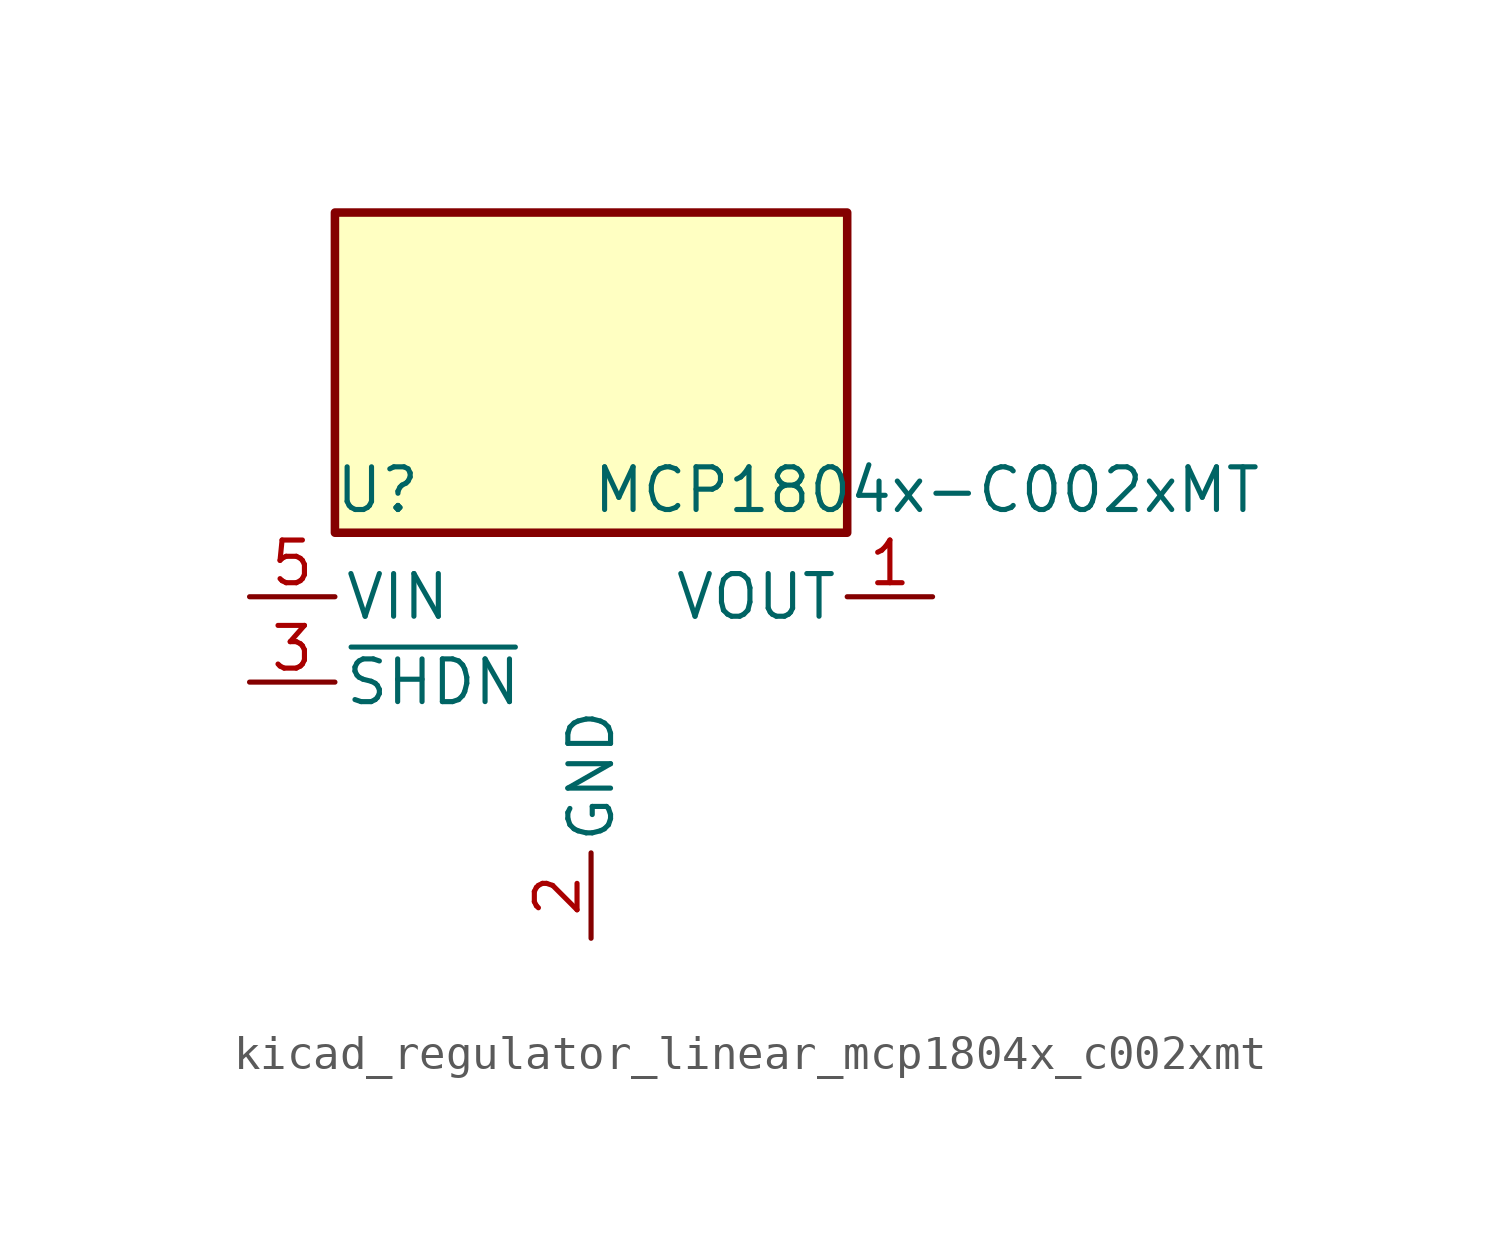
<source format=kicad_sym>
(kicad_symbol_lib
  (version 20220914)
  (generator kicad_symbol_editor)
  (symbol "kicad_regulator_linear_mcp1804x_c002xmt"
    (pin_names
      (offset 0.254))
    (property "Reference" "U"
      (at -6.35 5.715 0)
      (effects (font (size 1.27 1.27))))
    (property "Value" "MCP1804x-C002xMT"
      (at 0 5.715 0)
      (effects (font (size 1.27 1.27)) (justify left)))
    (symbol "kicad_regulator_linear_mcp1804x_c002xmt_0_1"
      (rectangle (start 7.62 13.97) (end -7.62 4.445) (stroke (width 0.254) (type default)) (fill (type background))))
    (symbol "kicad_regulator_linear_mcp1804x_c002xmt_1_1"
      (pin power_out line (at 10.16 2.54 180) (length 2.54) (name "VOUT" (effects (font (size 1.27 1.27)))) (number "1" (effects (font (size 1.27 1.27)))))
      (pin power_in line (at 0 -7.62 90) (length 2.54) (name "GND" (effects (font (size 1.27 1.27)))) (number "2" (effects (font (size 1.27 1.27)))))
      (pin input line (at -10.16 0 0) (length 2.54) (name "~{SHDN}" (effects (font (size 1.27 1.27)))) (number "3" (effects (font (size 1.27 1.27)))))
      (pin no_connect line (at 7.62 0 180) (length 2.54) hide (name "NC" (effects (font (size 1.27 1.27)))) (number "4" (effects (font (size 1.27 1.27)))))
      (pin power_in line (at -10.16 2.54 0) (length 2.54) (name "VIN" (effects (font (size 1.27 1.27)))) (number "5" (effects (font (size 1.27 1.27))))))))
</source>
